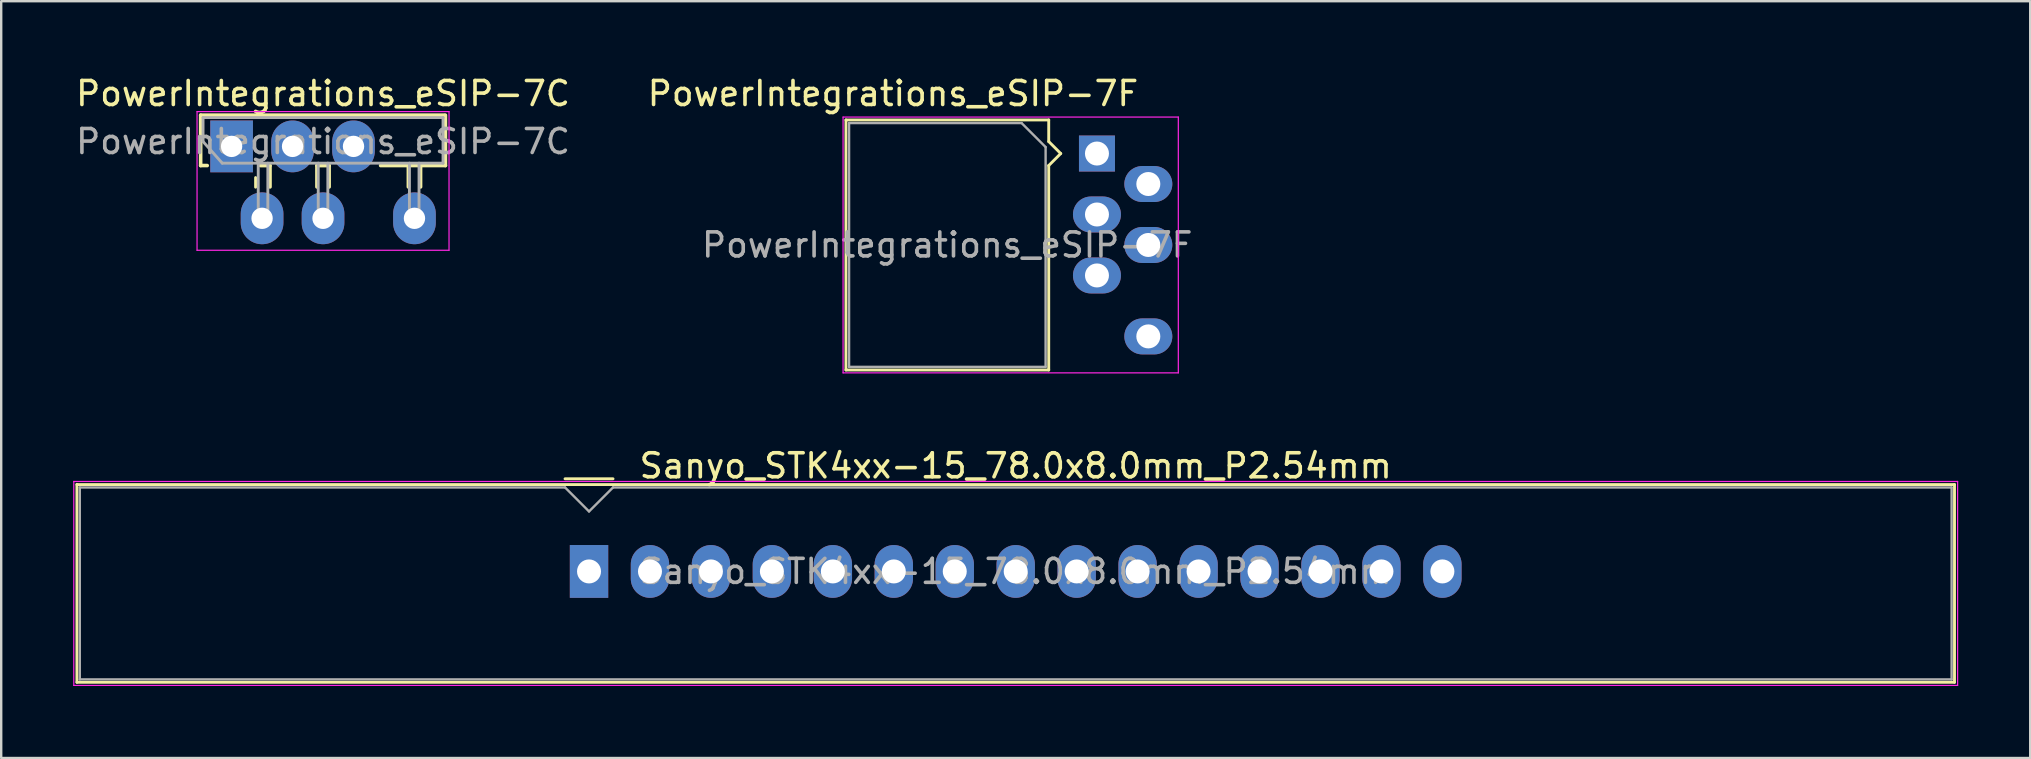
<source format=kicad_pcb>
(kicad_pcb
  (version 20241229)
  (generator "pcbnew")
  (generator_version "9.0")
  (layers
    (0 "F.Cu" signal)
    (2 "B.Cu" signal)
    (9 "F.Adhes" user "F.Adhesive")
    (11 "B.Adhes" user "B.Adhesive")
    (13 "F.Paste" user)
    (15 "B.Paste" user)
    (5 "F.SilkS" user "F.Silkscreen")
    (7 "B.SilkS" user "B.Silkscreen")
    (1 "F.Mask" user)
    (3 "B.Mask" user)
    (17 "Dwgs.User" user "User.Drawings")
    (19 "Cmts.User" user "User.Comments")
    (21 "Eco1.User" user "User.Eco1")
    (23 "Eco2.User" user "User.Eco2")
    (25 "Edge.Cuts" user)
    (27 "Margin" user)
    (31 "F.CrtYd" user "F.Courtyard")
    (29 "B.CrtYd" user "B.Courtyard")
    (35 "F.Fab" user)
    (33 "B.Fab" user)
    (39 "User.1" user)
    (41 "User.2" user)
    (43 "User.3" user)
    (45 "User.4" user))
  (footprint "PowerIntegrations_eSIP-7C"
    (layer "F.Cu")
    (at 6.601 3.05)
    (property "Reference" "PowerIntegrations_eSIP-7C" (at 3.81 -2.201 0) (layer "F.SilkS") (effects (font (size 1 1) (thickness 0.15))))
    (attr through_hole)
    (fp_line (start -1.29 -1.301) (end 8.87 -1.301) (stroke (width 0.15) (type solid)) (layer "F.SilkS"))
    (fp_line (start -1.29 0.799) (end -1.29 -1.301) (stroke (width 0.15) (type solid)) (layer "F.SilkS"))
    (fp_line (start -1.016 0.799) (end -1.29 0.799) (stroke (width 0.15) (type solid)) (layer "F.SilkS"))
    (fp_line (start 1 1.7) (end 1 1.3) (stroke (width 0.12) (type solid)) (layer "F.SilkS"))
    (fp_line (start 1.6 0.8) (end 1.2 0.8) (stroke (width 0.15) (type solid)) (layer "F.SilkS"))
    (fp_line (start 1.6 0.8) (end 1.6 1.689) (stroke (width 0.15) (type solid)) (layer "F.SilkS"))
    (fp_line (start 3.556 0.8) (end 3.556 1.689) (stroke (width 0.15) (type solid)) (layer "F.SilkS"))
    (fp_line (start 4.064 0.8) (end 3.556 0.8) (stroke (width 0.15) (type solid)) (layer "F.SilkS"))
    (fp_line (start 4.064 0.8) (end 4.064 1.689) (stroke (width 0.15) (type solid)) (layer "F.SilkS"))
    (fp_line (start 7.366 1.689) (end 7.366 0.8) (stroke (width 0.15) (type solid)) (layer "F.SilkS"))
    (fp_line (start 7.874 1.689) (end 7.874 0.8) (stroke (width 0.15) (type solid)) (layer "F.SilkS"))
    (fp_line (start 8.91 0.799) (end 6.21 0.799) (stroke (width 0.15) (type solid)) (layer "F.SilkS"))
    (fp_line (start 8.91 0.799) (end 8.91 -1.301) (stroke (width 0.15) (type solid)) (layer "F.SilkS"))
    (fp_line (start -1.44 -1.45) (end -1.44 4.33) (stroke (width 0.05) (type solid)) (layer "F.CrtYd"))
    (fp_line (start -1.44 -1.45) (end 9.06 -1.45) (stroke (width 0.05) (type solid)) (layer "F.CrtYd"))
    (fp_line (start 9.06 4.33) (end -1.44 4.33) (stroke (width 0.05) (type solid)) (layer "F.CrtYd"))
    (fp_line (start 9.06 4.33) (end 9.06 -1.45) (stroke (width 0.05) (type solid)) (layer "F.CrtYd"))
    (fp_line (start -1.19 -1.201) (end 8.81 -1.201) (stroke (width 0.12) (type solid)) (layer "F.Fab"))
    (fp_line (start -1.19 -0.201) (end -1.19 -1.201) (stroke (width 0.12) (type solid)) (layer "F.Fab"))
    (fp_line (start -0.39 0.699) (end -1.19 -0.201) (stroke (width 0.12) (type solid)) (layer "F.Fab"))
    (fp_line (start 1.11 0.699) (end 1.11 2.999) (stroke (width 0.12) (type solid)) (layer "F.Fab"))
    (fp_line (start 1.11 2.999) (end 1.51 2.999) (stroke (width 0.12) (type solid)) (layer "F.Fab"))
    (fp_line (start 1.51 2.999) (end 1.51 0.699) (stroke (width 0.12) (type solid)) (layer "F.Fab"))
    (fp_line (start 3.61 0.699) (end 3.61 2.999) (stroke (width 0.12) (type solid)) (layer "F.Fab"))
    (fp_line (start 3.61 2.999) (end 4.01 2.999) (stroke (width 0.12) (type solid)) (layer "F.Fab"))
    (fp_line (start 4.01 2.999) (end 4.01 0.699) (stroke (width 0.12) (type solid)) (layer "F.Fab"))
    (fp_line (start 7.41 0.699) (end 7.41 2.999) (stroke (width 0.12) (type solid)) (layer "F.Fab"))
    (fp_line (start 7.41 2.999) (end 7.81 2.999) (stroke (width 0.12) (type solid)) (layer "F.Fab"))
    (fp_line (start 7.81 2.999) (end 7.81 0.699) (stroke (width 0.12) (type solid)) (layer "F.Fab"))
    (fp_line (start 8.81 -1.201) (end 8.81 0.699) (stroke (width 0.12) (type solid)) (layer "F.Fab"))
    (fp_line (start 8.81 0.699) (end -0.39 0.699) (stroke (width 0.12) (type solid)) (layer "F.Fab"))
    (fp_text user "${REFERENCE}" (at 3.81 -0.201 0) (layer "F.Fab") (effects (font (size 1 1) (thickness 0.15))))
    (pad "1" thru_hole rect (at 0 0) (size 1.778 2.159) (drill 0.889) (layers "*.Cu" "*.Mask"))
    (pad "2" thru_hole oval (at 1.27 2.997) (size 1.778 2.159) (drill 0.889) (layers "*.Cu" "*.Mask"))
    (pad "3" thru_hole oval (at 2.54 0) (size 1.778 2.159) (drill 0.889) (layers "*.Cu" "*.Mask"))
    (pad "4" thru_hole oval (at 3.81 2.997) (size 1.778 2.159) (drill 0.889) (layers "*.Cu" "*.Mask"))
    (pad "5" thru_hole oval (at 5.08 0) (size 1.778 2.159) (drill 0.889) (layers "*.Cu" "*.Mask"))
    (pad "7" thru_hole oval (at 7.62 2.997) (size 1.778 2.159) (drill 0.889) (layers "*.Cu" "*.Mask")))
  (footprint "PowerIntegrations_eSIP-7F"
    (layer "F.Cu")
    (at 42.661 3.348)
    (property "Reference" "PowerIntegrations_eSIP-7F" (at -8.5 -2.5 0) (layer "F.SilkS") (effects (font (size 1 1) (thickness 0.15))))
    (attr through_hole)
    (fp_line (start -10.46 -1.4) (end -2.01 -1.4) (stroke (width 0.12) (type solid)) (layer "F.SilkS"))
    (fp_line (start -10.46 9.02) (end -10.46 -1.4) (stroke (width 0.12) (type solid)) (layer "F.SilkS"))
    (fp_line (start -2.01 -0.5) (end -2.01 -1.4) (stroke (width 0.12) (type solid)) (layer "F.SilkS"))
    (fp_line (start -2.01 0.5) (end -2.01 9.02) (stroke (width 0.12) (type solid)) (layer "F.SilkS"))
    (fp_line (start -2.01 0.5) (end -1.51 0) (stroke (width 0.12) (type solid)) (layer "F.SilkS"))
    (fp_line (start -2.01 9.02) (end -10.46 9.02) (stroke (width 0.12) (type solid)) (layer "F.SilkS"))
    (fp_line (start -1.51 0) (end -2.01 -0.5) (stroke (width 0.12) (type solid)) (layer "F.SilkS"))
    (fp_line (start -10.58 -1.52) (end 3.39 -1.52) (stroke (width 0.05) (type solid)) (layer "F.CrtYd"))
    (fp_line (start -10.58 9.14) (end -10.58 -1.52) (stroke (width 0.05) (type solid)) (layer "F.CrtYd"))
    (fp_line (start 3.39 -1.52) (end 3.39 9.14) (stroke (width 0.05) (type solid)) (layer "F.CrtYd"))
    (fp_line (start 3.39 9.14) (end -10.58 9.14) (stroke (width 0.05) (type solid)) (layer "F.CrtYd"))
    (fp_line (start -10.33 -1.27) (end -3.14 -1.27) (stroke (width 0.1) (type solid)) (layer "F.Fab"))
    (fp_line (start -10.33 8.89) (end -10.33 -1.27) (stroke (width 0.1) (type solid)) (layer "F.Fab"))
    (fp_line (start -3.14 -1.27) (end -2.14 -0.27) (stroke (width 0.1) (type solid)) (layer "F.Fab"))
    (fp_line (start -2.14 -0.27) (end -2.14 8.89) (stroke (width 0.1) (type solid)) (layer "F.Fab"))
    (fp_line (start -2.14 8.89) (end -10.33 8.89) (stroke (width 0.1) (type solid)) (layer "F.Fab"))
    (fp_text user "${REFERENCE}" (at -6.24 3.81 0) (layer "F.Fab") (effects (font (size 1 1) (thickness 0.15))))
    (pad "1" thru_hole rect (at 0 0) (size 1.5 1.5) (drill 1) (layers "*.Cu" "*.Mask"))
    (pad "2" thru_hole oval (at 2.14 1.27) (size 2 1.5) (drill 1) (layers "*.Cu" "*.Mask"))
    (pad "3" thru_hole oval (at 0 2.54) (size 2 1.5) (drill 1) (layers "*.Cu" "*.Mask"))
    (pad "4" thru_hole oval (at 2.14 3.81) (size 2 1.5) (drill 1) (layers "*.Cu" "*.Mask"))
    (pad "5" thru_hole oval (at 0 5.08) (size 2 1.5) (drill 1) (layers "*.Cu" "*.Mask"))
    (pad "7" thru_hole oval (at 2.14 7.62) (size 2 1.5) (drill 1) (layers "*.Cu" "*.Mask")))
  (footprint "Sanyo_STK4xx-15_78.0x8.0mm_P2.54mm"
    (layer "F.Cu")
    (at 21.495 20.762)
    (property "Reference" "Sanyo_STK4xx-15_78.0x8.0mm_P2.54mm" (at 17.78 -4.4 0) (layer "F.SilkS") (effects (font (size 1 1) (thickness 0.15))))
    (attr through_hole)
    (fp_line (start -21.34 -3.62) (end 56.9 -3.62) (stroke (width 0.12) (type solid)) (layer "F.SilkS"))
    (fp_line (start -21.34 4.62) (end -21.34 -3.63) (stroke (width 0.12) (type solid)) (layer "F.SilkS"))
    (fp_line (start -1 -3.86) (end 1 -3.86) (stroke (width 0.12) (type solid)) (layer "F.SilkS"))
    (fp_line (start 56.9 -3.62) (end 56.9 4.62) (stroke (width 0.12) (type solid)) (layer "F.SilkS"))
    (fp_line (start 56.9 4.62) (end -21.34 4.62) (stroke (width 0.12) (type solid)) (layer "F.SilkS"))
    (fp_line (start -21.47 -3.75) (end 57.03 -3.75) (stroke (width 0.05) (type solid)) (layer "F.CrtYd"))
    (fp_line (start -21.47 4.75) (end -21.47 -3.75) (stroke (width 0.05) (type solid)) (layer "F.CrtYd"))
    (fp_line (start 57.03 -3.75) (end 57.03 4.75) (stroke (width 0.05) (type solid)) (layer "F.CrtYd"))
    (fp_line (start 57.03 4.75) (end -21.47 4.75) (stroke (width 0.05) (type solid)) (layer "F.CrtYd"))
    (fp_line (start -21.22 -3.5) (end -1 -3.5) (stroke (width 0.1) (type solid)) (layer "F.Fab"))
    (fp_line (start -21.22 4.5) (end -21.22 -3.5) (stroke (width 0.1) (type solid)) (layer "F.Fab"))
    (fp_line (start -1 -3.5) (end 0 -2.5) (stroke (width 0.1) (type solid)) (layer "F.Fab"))
    (fp_line (start 0 -2.5) (end 1 -3.5) (stroke (width 0.1) (type solid)) (layer "F.Fab"))
    (fp_line (start 1 -3.5) (end 56.78 -3.5) (stroke (width 0.1) (type solid)) (layer "F.Fab"))
    (fp_line (start 56.78 -3.5) (end 56.78 4.5) (stroke (width 0.1) (type solid)) (layer "F.Fab"))
    (fp_line (start 56.78 4.5) (end -21.22 4.5) (stroke (width 0.1) (type solid)) (layer "F.Fab"))
    (fp_text user "${REFERENCE}" (at 17.78 0 0) (layer "F.Fab") (effects (font (size 1 1) (thickness 0.15))))
    (pad "1" thru_hole rect (at 0 0) (size 1.6 2.2) (drill 1) (layers "*.Cu" "*.Mask"))
    (pad "2" thru_hole oval (at 2.54 0) (size 1.6 2.2) (drill 1) (layers "*.Cu" "*.Mask"))
    (pad "3" thru_hole oval (at 5.08 0) (size 1.6 2.2) (drill 1) (layers "*.Cu" "*.Mask"))
    (pad "4" thru_hole oval (at 7.62 0) (size 1.6 2.2) (drill 1) (layers "*.Cu" "*.Mask"))
    (pad "5" thru_hole oval (at 10.16 0) (size 1.6 2.2) (drill 1) (layers "*.Cu" "*.Mask"))
    (pad "6" thru_hole oval (at 12.7 0) (size 1.6 2.2) (drill 1) (layers "*.Cu" "*.Mask"))
    (pad "7" thru_hole oval (at 15.24 0) (size 1.6 2.2) (drill 1) (layers "*.Cu" "*.Mask"))
    (pad "8" thru_hole oval (at 17.78 0) (size 1.6 2.2) (drill 1) (layers "*.Cu" "*.Mask"))
    (pad "9" thru_hole oval (at 20.32 0) (size 1.6 2.2) (drill 1) (layers "*.Cu" "*.Mask"))
    (pad "10" thru_hole oval (at 22.86 0) (size 1.6 2.2) (drill 1) (layers "*.Cu" "*.Mask"))
    (pad "11" thru_hole oval (at 25.4 0) (size 1.6 2.2) (drill 1) (layers "*.Cu" "*.Mask"))
    (pad "12" thru_hole oval (at 27.94 0) (size 1.6 2.2) (drill 1) (layers "*.Cu" "*.Mask"))
    (pad "13" thru_hole oval (at 30.48 0) (size 1.6 2.2) (drill 1) (layers "*.Cu" "*.Mask"))
    (pad "14" thru_hole oval (at 33.02 0) (size 1.6 2.2) (drill 1) (layers "*.Cu" "*.Mask"))
    (pad "15" thru_hole oval (at 35.56 0) (size 1.6 2.2) (drill 1) (layers "*.Cu" "*.Mask")))
  (gr_rect
    (start -3 -3)
    (end 81.55 28.537)
    (stroke (width 0.1) (type default))
    (fill no)
    (layer "Edge.Cuts")))
</source>
